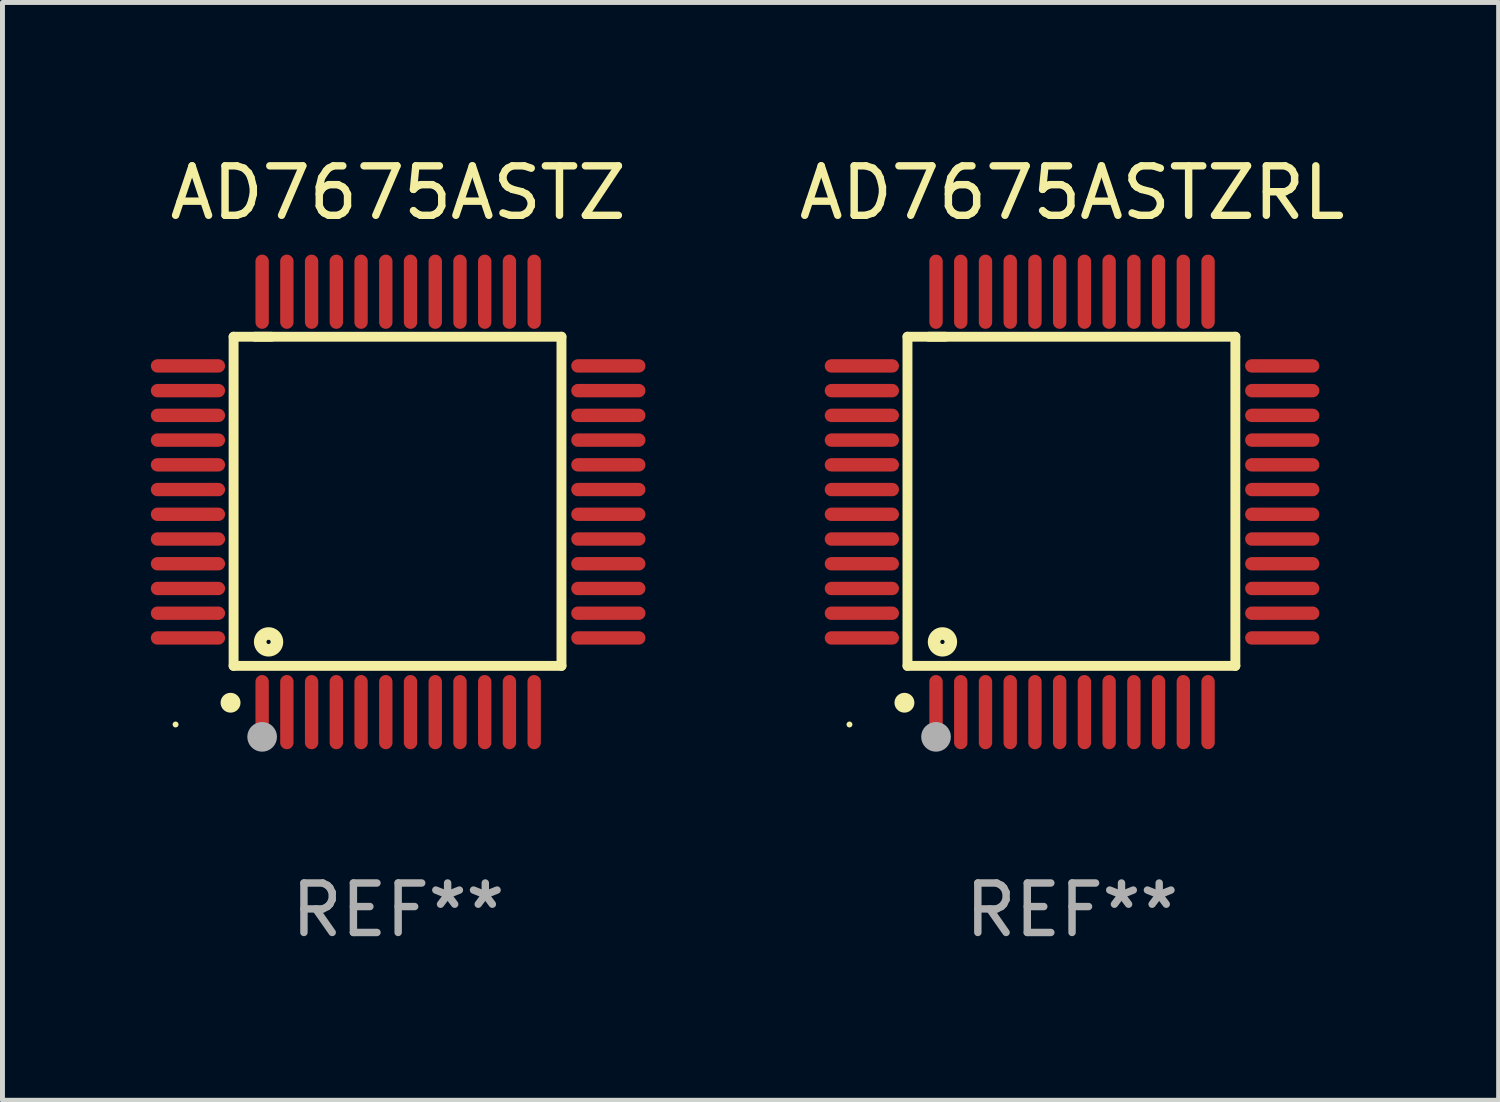
<source format=kicad_pcb>
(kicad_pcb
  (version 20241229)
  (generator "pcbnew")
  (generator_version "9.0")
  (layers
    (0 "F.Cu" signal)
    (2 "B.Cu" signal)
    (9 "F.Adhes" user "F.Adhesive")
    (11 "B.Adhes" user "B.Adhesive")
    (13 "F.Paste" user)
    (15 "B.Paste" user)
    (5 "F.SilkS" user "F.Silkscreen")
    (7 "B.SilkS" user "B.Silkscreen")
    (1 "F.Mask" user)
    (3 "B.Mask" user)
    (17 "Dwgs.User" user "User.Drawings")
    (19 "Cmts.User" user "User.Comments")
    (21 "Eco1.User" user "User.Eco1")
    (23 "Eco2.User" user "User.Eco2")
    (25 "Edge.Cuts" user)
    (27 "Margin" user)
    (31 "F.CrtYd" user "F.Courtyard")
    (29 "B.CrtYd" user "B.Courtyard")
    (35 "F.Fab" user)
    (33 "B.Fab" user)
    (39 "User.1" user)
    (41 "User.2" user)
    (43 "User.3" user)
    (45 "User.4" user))
  (footprint "AD7675ASTZRL"
    (layer "F.Cu")
    (at 18.625 7.098)
    (property "Reference" "AD7675ASTZRL" (at 0 -6.25 0) (layer "F.SilkS") (effects (font (size 1 1) (thickness 0.15))))
    (attr through_hole)
    (fp_line (start -3.327 -3.34) (end -2.565 -3.34) (stroke (width 0.2) (type solid)) (layer "F.SilkS"))
    (fp_line (start -3.327 3.315) (end -3.327 -3.34) (stroke (width 0.2) (type solid)) (layer "F.SilkS"))
    (fp_line (start -2.896 -3.34) (end 3.302 -3.34) (stroke (width 0.2) (type solid)) (layer "F.SilkS"))
    (fp_line (start 3.302 -3.34) (end 3.302 3.315) (stroke (width 0.2) (type solid)) (layer "F.SilkS"))
    (fp_line (start 3.302 3.315) (end -3.327 3.315) (stroke (width 0.2) (type solid)) (layer "F.SilkS"))
    (fp_arc (start -3.389992 4.059995) (mid -3.388722 4.059991) (end -3.387452 4.059995) (stroke (width 0.4) (type solid)) (layer "F.SilkS"))
    (fp_circle (center -4.5 4.5) (end -4.47 4.5) (stroke (width 0.06) (type solid)) (fill no) (layer "F.SilkS"))
    (fp_circle (center -2.62 2.83) (end -2.45 2.83) (stroke (width 0.254) (type solid)) (fill no) (layer "F.SilkS"))
    (fp_circle (center -2.75 4.75) (end -2.6 4.75) (stroke (width 0.3) (type solid)) (fill no) (layer "F.Fab"))
    (fp_text user "REF**" (at 0 8.25 0) (layer "F.Fab") (effects (font (size 1 1) (thickness 0.15))))
    (pad "1" smd oval (at -2.75 4.25) (size 0.27 1.5) (layers "F.Cu" "F.Mask" "F.Paste"))
    (pad "2" smd oval (at -2.25 4.25) (size 0.27 1.5) (layers "F.Cu" "F.Mask" "F.Paste"))
    (pad "3" smd oval (at -1.75 4.25) (size 0.27 1.5) (layers "F.Cu" "F.Mask" "F.Paste"))
    (pad "4" smd oval (at -1.25 4.25) (size 0.27 1.5) (layers "F.Cu" "F.Mask" "F.Paste"))
    (pad "5" smd oval (at -0.75 4.25) (size 0.27 1.5) (layers "F.Cu" "F.Mask" "F.Paste"))
    (pad "6" smd oval (at -0.25 4.25) (size 0.27 1.5) (layers "F.Cu" "F.Mask" "F.Paste"))
    (pad "7" smd oval (at 0.25 4.25) (size 0.27 1.5) (layers "F.Cu" "F.Mask" "F.Paste"))
    (pad "8" smd oval (at 0.75 4.25) (size 0.27 1.5) (layers "F.Cu" "F.Mask" "F.Paste"))
    (pad "9" smd oval (at 1.25 4.25) (size 0.27 1.5) (layers "F.Cu" "F.Mask" "F.Paste"))
    (pad "10" smd oval (at 1.75 4.25) (size 0.27 1.5) (layers "F.Cu" "F.Mask" "F.Paste"))
    (pad "11" smd oval (at 2.25 4.25) (size 0.27 1.5) (layers "F.Cu" "F.Mask" "F.Paste"))
    (pad "12" smd oval (at 2.75 4.25) (size 0.27 1.5) (layers "F.Cu" "F.Mask" "F.Paste"))
    (pad "13" smd oval (at 4.25 2.75) (size 1.5 0.27) (layers "F.Cu" "F.Mask" "F.Paste"))
    (pad "14" smd oval (at 4.25 2.25) (size 1.5 0.27) (layers "F.Cu" "F.Mask" "F.Paste"))
    (pad "15" smd oval (at 4.25 1.75) (size 1.5 0.27) (layers "F.Cu" "F.Mask" "F.Paste"))
    (pad "16" smd oval (at 4.25 1.25) (size 1.5 0.27) (layers "F.Cu" "F.Mask" "F.Paste"))
    (pad "17" smd oval (at 4.25 0.75) (size 1.5 0.27) (layers "F.Cu" "F.Mask" "F.Paste"))
    (pad "18" smd oval (at 4.25 0.25) (size 1.5 0.27) (layers "F.Cu" "F.Mask" "F.Paste"))
    (pad "19" smd oval (at 4.25 -0.25) (size 1.5 0.27) (layers "F.Cu" "F.Mask" "F.Paste"))
    (pad "20" smd oval (at 4.25 -0.75) (size 1.5 0.27) (layers "F.Cu" "F.Mask" "F.Paste"))
    (pad "21" smd oval (at 4.25 -1.25) (size 1.5 0.27) (layers "F.Cu" "F.Mask" "F.Paste"))
    (pad "22" smd oval (at 4.25 -1.75) (size 1.5 0.27) (layers "F.Cu" "F.Mask" "F.Paste"))
    (pad "23" smd oval (at 4.25 -2.25) (size 1.5 0.27) (layers "F.Cu" "F.Mask" "F.Paste"))
    (pad "24" smd oval (at 4.25 -2.75) (size 1.5 0.27) (layers "F.Cu" "F.Mask" "F.Paste"))
    (pad "25" smd oval (at 2.75 -4.25) (size 0.27 1.5) (layers "F.Cu" "F.Mask" "F.Paste"))
    (pad "26" smd oval (at 2.25 -4.25) (size 0.27 1.5) (layers "F.Cu" "F.Mask" "F.Paste"))
    (pad "27" smd oval (at 1.75 -4.25) (size 0.27 1.5) (layers "F.Cu" "F.Mask" "F.Paste"))
    (pad "28" smd oval (at 1.25 -4.25) (size 0.27 1.5) (layers "F.Cu" "F.Mask" "F.Paste"))
    (pad "29" smd oval (at 0.75 -4.25) (size 0.27 1.5) (layers "F.Cu" "F.Mask" "F.Paste"))
    (pad "30" smd oval (at 0.25 -4.25) (size 0.27 1.5) (layers "F.Cu" "F.Mask" "F.Paste"))
    (pad "31" smd oval (at -0.25 -4.25) (size 0.27 1.5) (layers "F.Cu" "F.Mask" "F.Paste"))
    (pad "32" smd oval (at -0.75 -4.25) (size 0.27 1.5) (layers "F.Cu" "F.Mask" "F.Paste"))
    (pad "33" smd oval (at -1.25 -4.25) (size 0.27 1.5) (layers "F.Cu" "F.Mask" "F.Paste"))
    (pad "34" smd oval (at -1.75 -4.25) (size 0.27 1.5) (layers "F.Cu" "F.Mask" "F.Paste"))
    (pad "35" smd oval (at -2.25 -4.25) (size 0.27 1.5) (layers "F.Cu" "F.Mask" "F.Paste"))
    (pad "36" smd oval (at -2.75 -4.25) (size 0.27 1.5) (layers "F.Cu" "F.Mask" "F.Paste"))
    (pad "37" smd oval (at -4.25 -2.75) (size 1.5 0.27) (layers "F.Cu" "F.Mask" "F.Paste"))
    (pad "38" smd oval (at -4.25 -2.25) (size 1.5 0.27) (layers "F.Cu" "F.Mask" "F.Paste"))
    (pad "39" smd oval (at -4.25 -1.75) (size 1.5 0.27) (layers "F.Cu" "F.Mask" "F.Paste"))
    (pad "40" smd oval (at -4.25 -1.25) (size 1.5 0.27) (layers "F.Cu" "F.Mask" "F.Paste"))
    (pad "41" smd oval (at -4.25 -0.75) (size 1.5 0.27) (layers "F.Cu" "F.Mask" "F.Paste"))
    (pad "42" smd oval (at -4.25 -0.25) (size 1.5 0.27) (layers "F.Cu" "F.Mask" "F.Paste"))
    (pad "43" smd oval (at -4.25 0.25) (size 1.5 0.27) (layers "F.Cu" "F.Mask" "F.Paste"))
    (pad "44" smd oval (at -4.25 0.75) (size 1.5 0.27) (layers "F.Cu" "F.Mask" "F.Paste"))
    (pad "45" smd oval (at -4.25 1.25) (size 1.5 0.27) (layers "F.Cu" "F.Mask" "F.Paste"))
    (pad "46" smd oval (at -4.25 1.75) (size 1.5 0.27) (layers "F.Cu" "F.Mask" "F.Paste"))
    (pad "47" smd oval (at -4.25 2.25) (size 1.5 0.27) (layers "F.Cu" "F.Mask" "F.Paste"))
    (pad "48" smd oval (at -4.25 2.75) (size 1.5 0.27) (layers "F.Cu" "F.Mask" "F.Paste")))
  (footprint "AD7675ASTZ"
    (layer "F.Cu")
    (at 5 7.098)
    (property "Reference" "AD7675ASTZ" (at 0 -6.25 0) (layer "F.SilkS") (effects (font (size 1 1) (thickness 0.15))))
    (attr through_hole)
    (fp_line (start -3.327 -3.34) (end -2.565 -3.34) (stroke (width 0.2) (type solid)) (layer "F.SilkS"))
    (fp_line (start -3.327 3.315) (end -3.327 -3.34) (stroke (width 0.2) (type solid)) (layer "F.SilkS"))
    (fp_line (start -2.896 -3.34) (end 3.302 -3.34) (stroke (width 0.2) (type solid)) (layer "F.SilkS"))
    (fp_line (start 3.302 -3.34) (end 3.302 3.315) (stroke (width 0.2) (type solid)) (layer "F.SilkS"))
    (fp_line (start 3.302 3.315) (end -3.327 3.315) (stroke (width 0.2) (type solid)) (layer "F.SilkS"))
    (fp_arc (start -3.389992 4.059995) (mid -3.388722 4.059991) (end -3.387452 4.059995) (stroke (width 0.4) (type solid)) (layer "F.SilkS"))
    (fp_circle (center -4.5 4.5) (end -4.47 4.5) (stroke (width 0.06) (type solid)) (fill no) (layer "F.SilkS"))
    (fp_circle (center -2.62 2.83) (end -2.45 2.83) (stroke (width 0.254) (type solid)) (fill no) (layer "F.SilkS"))
    (fp_circle (center -2.75 4.75) (end -2.6 4.75) (stroke (width 0.3) (type solid)) (fill no) (layer "F.Fab"))
    (fp_text user "REF**" (at 0 8.25 0) (layer "F.Fab") (effects (font (size 1 1) (thickness 0.15))))
    (pad "1" smd oval (at -2.75 4.25) (size 0.27 1.5) (layers "F.Cu" "F.Mask" "F.Paste"))
    (pad "2" smd oval (at -2.25 4.25) (size 0.27 1.5) (layers "F.Cu" "F.Mask" "F.Paste"))
    (pad "3" smd oval (at -1.75 4.25) (size 0.27 1.5) (layers "F.Cu" "F.Mask" "F.Paste"))
    (pad "4" smd oval (at -1.25 4.25) (size 0.27 1.5) (layers "F.Cu" "F.Mask" "F.Paste"))
    (pad "5" smd oval (at -0.75 4.25) (size 0.27 1.5) (layers "F.Cu" "F.Mask" "F.Paste"))
    (pad "6" smd oval (at -0.25 4.25) (size 0.27 1.5) (layers "F.Cu" "F.Mask" "F.Paste"))
    (pad "7" smd oval (at 0.25 4.25) (size 0.27 1.5) (layers "F.Cu" "F.Mask" "F.Paste"))
    (pad "8" smd oval (at 0.75 4.25) (size 0.27 1.5) (layers "F.Cu" "F.Mask" "F.Paste"))
    (pad "9" smd oval (at 1.25 4.25) (size 0.27 1.5) (layers "F.Cu" "F.Mask" "F.Paste"))
    (pad "10" smd oval (at 1.75 4.25) (size 0.27 1.5) (layers "F.Cu" "F.Mask" "F.Paste"))
    (pad "11" smd oval (at 2.25 4.25) (size 0.27 1.5) (layers "F.Cu" "F.Mask" "F.Paste"))
    (pad "12" smd oval (at 2.75 4.25) (size 0.27 1.5) (layers "F.Cu" "F.Mask" "F.Paste"))
    (pad "13" smd oval (at 4.25 2.75) (size 1.5 0.27) (layers "F.Cu" "F.Mask" "F.Paste"))
    (pad "14" smd oval (at 4.25 2.25) (size 1.5 0.27) (layers "F.Cu" "F.Mask" "F.Paste"))
    (pad "15" smd oval (at 4.25 1.75) (size 1.5 0.27) (layers "F.Cu" "F.Mask" "F.Paste"))
    (pad "16" smd oval (at 4.25 1.25) (size 1.5 0.27) (layers "F.Cu" "F.Mask" "F.Paste"))
    (pad "17" smd oval (at 4.25 0.75) (size 1.5 0.27) (layers "F.Cu" "F.Mask" "F.Paste"))
    (pad "18" smd oval (at 4.25 0.25) (size 1.5 0.27) (layers "F.Cu" "F.Mask" "F.Paste"))
    (pad "19" smd oval (at 4.25 -0.25) (size 1.5 0.27) (layers "F.Cu" "F.Mask" "F.Paste"))
    (pad "20" smd oval (at 4.25 -0.75) (size 1.5 0.27) (layers "F.Cu" "F.Mask" "F.Paste"))
    (pad "21" smd oval (at 4.25 -1.25) (size 1.5 0.27) (layers "F.Cu" "F.Mask" "F.Paste"))
    (pad "22" smd oval (at 4.25 -1.75) (size 1.5 0.27) (layers "F.Cu" "F.Mask" "F.Paste"))
    (pad "23" smd oval (at 4.25 -2.25) (size 1.5 0.27) (layers "F.Cu" "F.Mask" "F.Paste"))
    (pad "24" smd oval (at 4.25 -2.75) (size 1.5 0.27) (layers "F.Cu" "F.Mask" "F.Paste"))
    (pad "25" smd oval (at 2.75 -4.25) (size 0.27 1.5) (layers "F.Cu" "F.Mask" "F.Paste"))
    (pad "26" smd oval (at 2.25 -4.25) (size 0.27 1.5) (layers "F.Cu" "F.Mask" "F.Paste"))
    (pad "27" smd oval (at 1.75 -4.25) (size 0.27 1.5) (layers "F.Cu" "F.Mask" "F.Paste"))
    (pad "28" smd oval (at 1.25 -4.25) (size 0.27 1.5) (layers "F.Cu" "F.Mask" "F.Paste"))
    (pad "29" smd oval (at 0.75 -4.25) (size 0.27 1.5) (layers "F.Cu" "F.Mask" "F.Paste"))
    (pad "30" smd oval (at 0.25 -4.25) (size 0.27 1.5) (layers "F.Cu" "F.Mask" "F.Paste"))
    (pad "31" smd oval (at -0.25 -4.25) (size 0.27 1.5) (layers "F.Cu" "F.Mask" "F.Paste"))
    (pad "32" smd oval (at -0.75 -4.25) (size 0.27 1.5) (layers "F.Cu" "F.Mask" "F.Paste"))
    (pad "33" smd oval (at -1.25 -4.25) (size 0.27 1.5) (layers "F.Cu" "F.Mask" "F.Paste"))
    (pad "34" smd oval (at -1.75 -4.25) (size 0.27 1.5) (layers "F.Cu" "F.Mask" "F.Paste"))
    (pad "35" smd oval (at -2.25 -4.25) (size 0.27 1.5) (layers "F.Cu" "F.Mask" "F.Paste"))
    (pad "36" smd oval (at -2.75 -4.25) (size 0.27 1.5) (layers "F.Cu" "F.Mask" "F.Paste"))
    (pad "37" smd oval (at -4.25 -2.75) (size 1.5 0.27) (layers "F.Cu" "F.Mask" "F.Paste"))
    (pad "38" smd oval (at -4.25 -2.25) (size 1.5 0.27) (layers "F.Cu" "F.Mask" "F.Paste"))
    (pad "39" smd oval (at -4.25 -1.75) (size 1.5 0.27) (layers "F.Cu" "F.Mask" "F.Paste"))
    (pad "40" smd oval (at -4.25 -1.25) (size 1.5 0.27) (layers "F.Cu" "F.Mask" "F.Paste"))
    (pad "41" smd oval (at -4.25 -0.75) (size 1.5 0.27) (layers "F.Cu" "F.Mask" "F.Paste"))
    (pad "42" smd oval (at -4.25 -0.25) (size 1.5 0.27) (layers "F.Cu" "F.Mask" "F.Paste"))
    (pad "43" smd oval (at -4.25 0.25) (size 1.5 0.27) (layers "F.Cu" "F.Mask" "F.Paste"))
    (pad "44" smd oval (at -4.25 0.75) (size 1.5 0.27) (layers "F.Cu" "F.Mask" "F.Paste"))
    (pad "45" smd oval (at -4.25 1.25) (size 1.5 0.27) (layers "F.Cu" "F.Mask" "F.Paste"))
    (pad "46" smd oval (at -4.25 1.75) (size 1.5 0.27) (layers "F.Cu" "F.Mask" "F.Paste"))
    (pad "47" smd oval (at -4.25 2.25) (size 1.5 0.27) (layers "F.Cu" "F.Mask" "F.Paste"))
    (pad "48" smd oval (at -4.25 2.75) (size 1.5 0.27) (layers "F.Cu" "F.Mask" "F.Paste")))
  (gr_rect
    (start -3 -3)
    (end 27.25 19.196)
    (stroke (width 0.1) (type default))
    (fill no)
    (layer "Edge.Cuts")))
</source>
